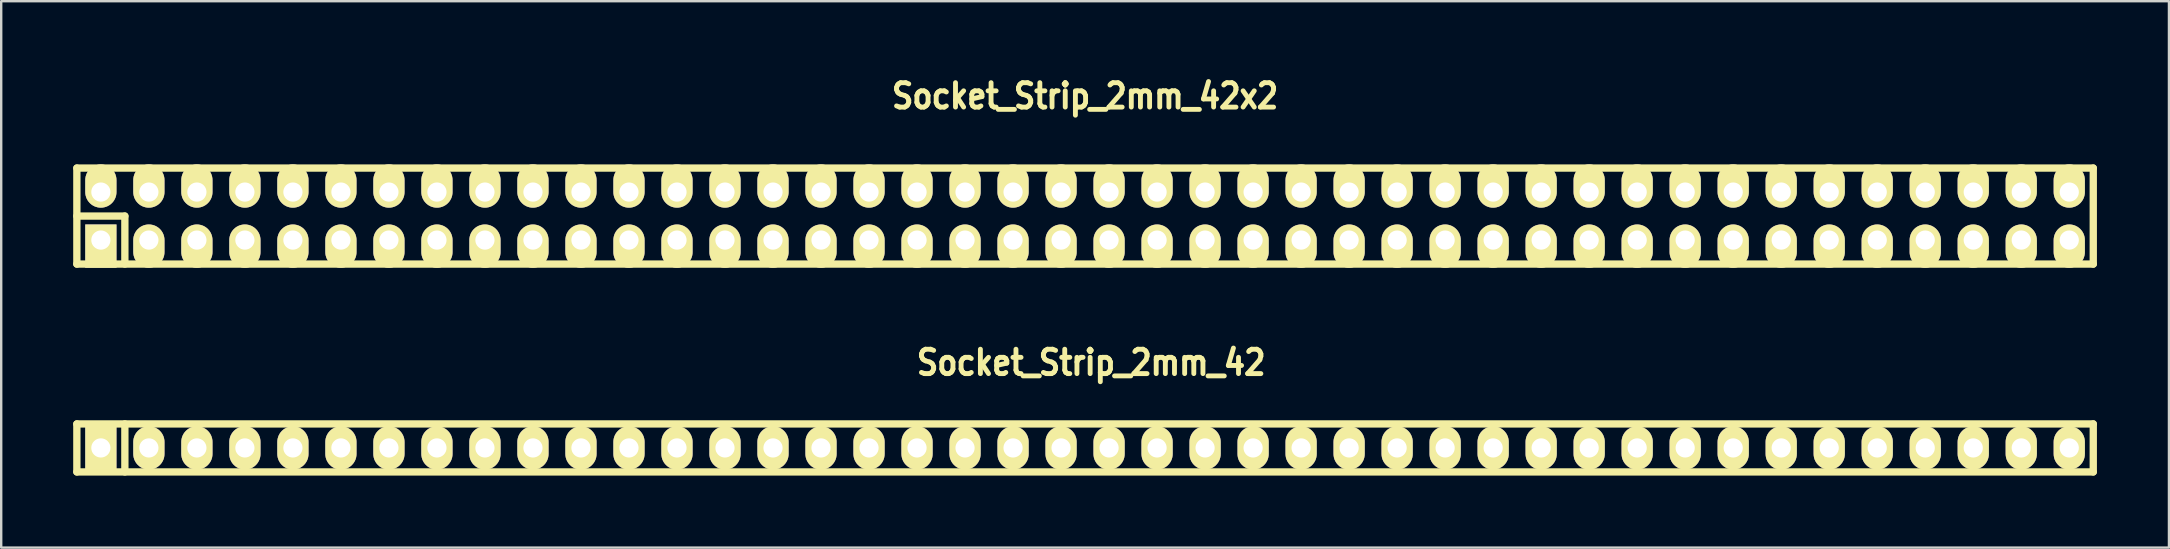
<source format=kicad_pcb>
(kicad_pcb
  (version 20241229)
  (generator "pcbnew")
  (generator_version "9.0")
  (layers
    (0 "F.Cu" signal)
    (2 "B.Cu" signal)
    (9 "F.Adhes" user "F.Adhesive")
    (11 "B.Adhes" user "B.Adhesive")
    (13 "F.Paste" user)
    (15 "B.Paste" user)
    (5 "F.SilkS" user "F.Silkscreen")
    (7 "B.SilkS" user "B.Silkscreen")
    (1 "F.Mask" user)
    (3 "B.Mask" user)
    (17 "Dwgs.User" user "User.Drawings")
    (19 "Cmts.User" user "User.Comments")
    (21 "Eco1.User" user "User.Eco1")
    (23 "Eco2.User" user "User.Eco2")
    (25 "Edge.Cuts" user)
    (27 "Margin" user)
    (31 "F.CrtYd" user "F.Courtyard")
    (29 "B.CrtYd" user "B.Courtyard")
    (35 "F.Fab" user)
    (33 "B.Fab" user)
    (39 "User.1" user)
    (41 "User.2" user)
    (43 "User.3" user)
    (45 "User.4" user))
  (footprint "Socket_Strip_2mm_42x2"
    (layer "F.Cu")
    (at 42.152 5.951)
    (property "Reference" "Socket_Strip_2mm_42x2" (at 0 -5 0) (layer "F.SilkS") (effects (font (size 1.016 0.889) (thickness 0.203))))
    (attr through_hole)
    (fp_line (start -42 -2) (end 42 -2) (stroke (width 0.305) (type solid)) (layer "F.SilkS"))
    (fp_line (start -42 0) (end -40 0) (stroke (width 0.305) (type solid)) (layer "F.SilkS"))
    (fp_line (start -42 2) (end -42 -2) (stroke (width 0.305) (type solid)) (layer "F.SilkS"))
    (fp_line (start -40 0) (end -40 2) (stroke (width 0.305) (type solid)) (layer "F.SilkS"))
    (fp_line (start 42 -2) (end 42 2) (stroke (width 0.305) (type solid)) (layer "F.SilkS"))
    (fp_line (start 42 2) (end -42 2) (stroke (width 0.305) (type solid)) (layer "F.SilkS"))
    (pad "1" thru_hole rect (at -41 1) (size 1.3 1.8) (drill 0.8 (offset 0 0.25)) (layers "*.Cu" "*.Mask" "F.SilkS"))
    (pad "2" thru_hole oval (at -41 -1) (size 1.3 1.8) (drill 0.8 (offset 0 -0.25)) (layers "*.Cu" "*.Mask" "F.SilkS"))
    (pad "3" thru_hole oval (at -39 1) (size 1.3 1.8) (drill 0.8 (offset 0 0.25)) (layers "*.Cu" "*.Mask" "F.SilkS"))
    (pad "4" thru_hole oval (at -39 -1) (size 1.3 1.8) (drill 0.8 (offset 0 -0.25)) (layers "*.Cu" "*.Mask" "F.SilkS"))
    (pad "5" thru_hole oval (at -37 1) (size 1.3 1.8) (drill 0.8 (offset 0 0.25)) (layers "*.Cu" "*.Mask" "F.SilkS"))
    (pad "6" thru_hole oval (at -37 -1) (size 1.3 1.8) (drill 0.8 (offset 0 -0.25)) (layers "*.Cu" "*.Mask" "F.SilkS"))
    (pad "7" thru_hole oval (at -35 1) (size 1.3 1.8) (drill 0.8 (offset 0 0.25)) (layers "*.Cu" "*.Mask" "F.SilkS"))
    (pad "8" thru_hole oval (at -35 -1) (size 1.3 1.8) (drill 0.8 (offset 0 -0.25)) (layers "*.Cu" "*.Mask" "F.SilkS"))
    (pad "9" thru_hole oval (at -33 1) (size 1.3 1.8) (drill 0.8 (offset 0 0.25)) (layers "*.Cu" "*.Mask" "F.SilkS"))
    (pad "10" thru_hole oval (at -33 -1) (size 1.3 1.8) (drill 0.8 (offset 0 -0.25)) (layers "*.Cu" "*.Mask" "F.SilkS"))
    (pad "11" thru_hole oval (at -31 1) (size 1.3 1.8) (drill 0.8 (offset 0 0.25)) (layers "*.Cu" "*.Mask" "F.SilkS"))
    (pad "12" thru_hole oval (at -31 -1) (size 1.3 1.8) (drill 0.8 (offset 0 -0.25)) (layers "*.Cu" "*.Mask" "F.SilkS"))
    (pad "13" thru_hole oval (at -29 1) (size 1.3 1.8) (drill 0.8 (offset 0 0.25)) (layers "*.Cu" "*.Mask" "F.SilkS"))
    (pad "14" thru_hole oval (at -29 -1) (size 1.3 1.8) (drill 0.8 (offset 0 -0.25)) (layers "*.Cu" "*.Mask" "F.SilkS"))
    (pad "15" thru_hole oval (at -27 1) (size 1.3 1.8) (drill 0.8 (offset 0 0.25)) (layers "*.Cu" "*.Mask" "F.SilkS"))
    (pad "16" thru_hole oval (at -27 -1) (size 1.3 1.8) (drill 0.8 (offset 0 -0.25)) (layers "*.Cu" "*.Mask" "F.SilkS"))
    (pad "17" thru_hole oval (at -25 1) (size 1.3 1.8) (drill 0.8 (offset 0 0.25)) (layers "*.Cu" "*.Mask" "F.SilkS"))
    (pad "18" thru_hole oval (at -25 -1) (size 1.3 1.8) (drill 0.8 (offset 0 -0.25)) (layers "*.Cu" "*.Mask" "F.SilkS"))
    (pad "19" thru_hole oval (at -23 1) (size 1.3 1.8) (drill 0.8 (offset 0 0.25)) (layers "*.Cu" "*.Mask" "F.SilkS"))
    (pad "20" thru_hole oval (at -23 -1) (size 1.3 1.8) (drill 0.8 (offset 0 -0.25)) (layers "*.Cu" "*.Mask" "F.SilkS"))
    (pad "21" thru_hole oval (at -21 1) (size 1.3 1.8) (drill 0.8 (offset 0 0.25)) (layers "*.Cu" "*.Mask" "F.SilkS"))
    (pad "22" thru_hole oval (at -21 -1) (size 1.3 1.8) (drill 0.8 (offset 0 -0.25)) (layers "*.Cu" "*.Mask" "F.SilkS"))
    (pad "23" thru_hole oval (at -19 1) (size 1.3 1.8) (drill 0.8 (offset 0 0.25)) (layers "*.Cu" "*.Mask" "F.SilkS"))
    (pad "24" thru_hole oval (at -19 -1) (size 1.3 1.8) (drill 0.8 (offset 0 -0.25)) (layers "*.Cu" "*.Mask" "F.SilkS"))
    (pad "25" thru_hole oval (at -17 1) (size 1.3 1.8) (drill 0.8 (offset 0 0.25)) (layers "*.Cu" "*.Mask" "F.SilkS"))
    (pad "26" thru_hole oval (at -17 -1) (size 1.3 1.8) (drill 0.8 (offset 0 -0.25)) (layers "*.Cu" "*.Mask" "F.SilkS"))
    (pad "27" thru_hole oval (at -15 1) (size 1.3 1.8) (drill 0.8 (offset 0 0.25)) (layers "*.Cu" "*.Mask" "F.SilkS"))
    (pad "28" thru_hole oval (at -15 -1) (size 1.3 1.8) (drill 0.8 (offset 0 -0.25)) (layers "*.Cu" "*.Mask" "F.SilkS"))
    (pad "29" thru_hole oval (at -13 1) (size 1.3 1.8) (drill 0.8 (offset 0 0.25)) (layers "*.Cu" "*.Mask" "F.SilkS"))
    (pad "30" thru_hole oval (at -13 -1) (size 1.3 1.8) (drill 0.8 (offset 0 -0.25)) (layers "*.Cu" "*.Mask" "F.SilkS"))
    (pad "31" thru_hole oval (at -11 1) (size 1.3 1.8) (drill 0.8 (offset 0 0.25)) (layers "*.Cu" "*.Mask" "F.SilkS"))
    (pad "32" thru_hole oval (at -11 -1) (size 1.3 1.8) (drill 0.8 (offset 0 -0.25)) (layers "*.Cu" "*.Mask" "F.SilkS"))
    (pad "33" thru_hole oval (at -9 1) (size 1.3 1.8) (drill 0.8 (offset 0 0.25)) (layers "*.Cu" "*.Mask" "F.SilkS"))
    (pad "34" thru_hole oval (at -9 -1) (size 1.3 1.8) (drill 0.8 (offset 0 -0.25)) (layers "*.Cu" "*.Mask" "F.SilkS"))
    (pad "35" thru_hole oval (at -7 1) (size 1.3 1.8) (drill 0.8 (offset 0 0.25)) (layers "*.Cu" "*.Mask" "F.SilkS"))
    (pad "36" thru_hole oval (at -7 -1) (size 1.3 1.8) (drill 0.8 (offset 0 -0.25)) (layers "*.Cu" "*.Mask" "F.SilkS"))
    (pad "37" thru_hole oval (at -5 1) (size 1.3 1.8) (drill 0.8 (offset 0 0.25)) (layers "*.Cu" "*.Mask" "F.SilkS"))
    (pad "38" thru_hole oval (at -5 -1) (size 1.3 1.8) (drill 0.8 (offset 0 -0.25)) (layers "*.Cu" "*.Mask" "F.SilkS"))
    (pad "39" thru_hole oval (at -3 1) (size 1.3 1.8) (drill 0.8 (offset 0 0.25)) (layers "*.Cu" "*.Mask" "F.SilkS"))
    (pad "40" thru_hole oval (at -3 -1) (size 1.3 1.8) (drill 0.8 (offset 0 -0.25)) (layers "*.Cu" "*.Mask" "F.SilkS"))
    (pad "41" thru_hole oval (at -1 1) (size 1.3 1.8) (drill 0.8 (offset 0 0.25)) (layers "*.Cu" "*.Mask" "F.SilkS"))
    (pad "42" thru_hole oval (at -1 -1) (size 1.3 1.8) (drill 0.8 (offset 0 -0.25)) (layers "*.Cu" "*.Mask" "F.SilkS"))
    (pad "43" thru_hole oval (at 1 1) (size 1.3 1.8) (drill 0.8 (offset 0 0.25)) (layers "*.Cu" "*.Mask" "F.SilkS"))
    (pad "44" thru_hole oval (at 1 -1) (size 1.3 1.8) (drill 0.8 (offset 0 -0.25)) (layers "*.Cu" "*.Mask" "F.SilkS"))
    (pad "45" thru_hole oval (at 3 1) (size 1.3 1.8) (drill 0.8 (offset 0 0.25)) (layers "*.Cu" "*.Mask" "F.SilkS"))
    (pad "46" thru_hole oval (at 3 -1) (size 1.3 1.8) (drill 0.8 (offset 0 -0.25)) (layers "*.Cu" "*.Mask" "F.SilkS"))
    (pad "47" thru_hole oval (at 5 1) (size 1.3 1.8) (drill 0.8 (offset 0 0.25)) (layers "*.Cu" "*.Mask" "F.SilkS"))
    (pad "48" thru_hole oval (at 5 -1) (size 1.3 1.8) (drill 0.8 (offset 0 -0.25)) (layers "*.Cu" "*.Mask" "F.SilkS"))
    (pad "49" thru_hole oval (at 7 1) (size 1.3 1.8) (drill 0.8 (offset 0 0.25)) (layers "*.Cu" "*.Mask" "F.SilkS"))
    (pad "50" thru_hole oval (at 7 -1) (size 1.3 1.8) (drill 0.8 (offset 0 -0.25)) (layers "*.Cu" "*.Mask" "F.SilkS"))
    (pad "51" thru_hole oval (at 9 1) (size 1.3 1.8) (drill 0.8 (offset 0 0.25)) (layers "*.Cu" "*.Mask" "F.SilkS"))
    (pad "52" thru_hole oval (at 9 -1) (size 1.3 1.8) (drill 0.8 (offset 0 -0.25)) (layers "*.Cu" "*.Mask" "F.SilkS"))
    (pad "53" thru_hole oval (at 11 1) (size 1.3 1.8) (drill 0.8 (offset 0 0.25)) (layers "*.Cu" "*.Mask" "F.SilkS"))
    (pad "54" thru_hole oval (at 11 -1) (size 1.3 1.8) (drill 0.8 (offset 0 -0.25)) (layers "*.Cu" "*.Mask" "F.SilkS"))
    (pad "55" thru_hole oval (at 13 1) (size 1.3 1.8) (drill 0.8 (offset 0 0.25)) (layers "*.Cu" "*.Mask" "F.SilkS"))
    (pad "56" thru_hole oval (at 13 -1) (size 1.3 1.8) (drill 0.8 (offset 0 -0.25)) (layers "*.Cu" "*.Mask" "F.SilkS"))
    (pad "57" thru_hole oval (at 15 1) (size 1.3 1.8) (drill 0.8 (offset 0 0.25)) (layers "*.Cu" "*.Mask" "F.SilkS"))
    (pad "58" thru_hole oval (at 15 -1) (size 1.3 1.8) (drill 0.8 (offset 0 -0.25)) (layers "*.Cu" "*.Mask" "F.SilkS"))
    (pad "59" thru_hole oval (at 17 1) (size 1.3 1.8) (drill 0.8 (offset 0 0.25)) (layers "*.Cu" "*.Mask" "F.SilkS"))
    (pad "60" thru_hole oval (at 17 -1) (size 1.3 1.8) (drill 0.8 (offset 0 -0.25)) (layers "*.Cu" "*.Mask" "F.SilkS"))
    (pad "61" thru_hole oval (at 19 1) (size 1.3 1.8) (drill 0.8 (offset 0 0.25)) (layers "*.Cu" "*.Mask" "F.SilkS"))
    (pad "62" thru_hole oval (at 19 -1) (size 1.3 1.8) (drill 0.8 (offset 0 -0.25)) (layers "*.Cu" "*.Mask" "F.SilkS"))
    (pad "63" thru_hole oval (at 21 1) (size 1.3 1.8) (drill 0.8 (offset 0 0.25)) (layers "*.Cu" "*.Mask" "F.SilkS"))
    (pad "64" thru_hole oval (at 21 -1) (size 1.3 1.8) (drill 0.8 (offset 0 -0.25)) (layers "*.Cu" "*.Mask" "F.SilkS"))
    (pad "65" thru_hole oval (at 23 1) (size 1.3 1.8) (drill 0.8 (offset 0 0.25)) (layers "*.Cu" "*.Mask" "F.SilkS"))
    (pad "66" thru_hole oval (at 23 -1) (size 1.3 1.8) (drill 0.8 (offset 0 -0.25)) (layers "*.Cu" "*.Mask" "F.SilkS"))
    (pad "67" thru_hole oval (at 25 1) (size 1.3 1.8) (drill 0.8 (offset 0 0.25)) (layers "*.Cu" "*.Mask" "F.SilkS"))
    (pad "68" thru_hole oval (at 25 -1) (size 1.3 1.8) (drill 0.8 (offset 0 -0.25)) (layers "*.Cu" "*.Mask" "F.SilkS"))
    (pad "69" thru_hole oval (at 27 1) (size 1.3 1.8) (drill 0.8 (offset 0 0.25)) (layers "*.Cu" "*.Mask" "F.SilkS"))
    (pad "70" thru_hole oval (at 27 -1) (size 1.3 1.8) (drill 0.8 (offset 0 -0.25)) (layers "*.Cu" "*.Mask" "F.SilkS"))
    (pad "71" thru_hole oval (at 29 1) (size 1.3 1.8) (drill 0.8 (offset 0 0.25)) (layers "*.Cu" "*.Mask" "F.SilkS"))
    (pad "72" thru_hole oval (at 29 -1) (size 1.3 1.8) (drill 0.8 (offset 0 -0.25)) (layers "*.Cu" "*.Mask" "F.SilkS"))
    (pad "73" thru_hole oval (at 31 1) (size 1.3 1.8) (drill 0.8 (offset 0 0.25)) (layers "*.Cu" "*.Mask" "F.SilkS"))
    (pad "74" thru_hole oval (at 31 -1) (size 1.3 1.8) (drill 0.8 (offset 0 -0.25)) (layers "*.Cu" "*.Mask" "F.SilkS"))
    (pad "75" thru_hole oval (at 33 1) (size 1.3 1.8) (drill 0.8 (offset 0 0.25)) (layers "*.Cu" "*.Mask" "F.SilkS"))
    (pad "76" thru_hole oval (at 33 -1) (size 1.3 1.8) (drill 0.8 (offset 0 -0.25)) (layers "*.Cu" "*.Mask" "F.SilkS"))
    (pad "77" thru_hole oval (at 35 1) (size 1.3 1.8) (drill 0.8 (offset 0 0.25)) (layers "*.Cu" "*.Mask" "F.SilkS"))
    (pad "78" thru_hole oval (at 35 -1) (size 1.3 1.8) (drill 0.8 (offset 0 -0.25)) (layers "*.Cu" "*.Mask" "F.SilkS"))
    (pad "79" thru_hole oval (at 37 1) (size 1.3 1.8) (drill 0.8 (offset 0 0.25)) (layers "*.Cu" "*.Mask" "F.SilkS"))
    (pad "80" thru_hole oval (at 37 -1) (size 1.3 1.8) (drill 0.8 (offset 0 -0.25)) (layers "*.Cu" "*.Mask" "F.SilkS"))
    (pad "81" thru_hole oval (at 39 1) (size 1.3 1.8) (drill 0.8 (offset 0 0.25)) (layers "*.Cu" "*.Mask" "F.SilkS"))
    (pad "82" thru_hole oval (at 39 -1) (size 1.3 1.8) (drill 0.8 (offset 0 -0.25)) (layers "*.Cu" "*.Mask" "F.SilkS"))
    (pad "83" thru_hole oval (at 41 1) (size 1.3 1.8) (drill 0.8 (offset 0 0.25)) (layers "*.Cu" "*.Mask" "F.SilkS"))
    (pad "84" thru_hole oval (at 41 -1) (size 1.3 1.8) (drill 0.8 (offset 0 -0.25)) (layers "*.Cu" "*.Mask" "F.SilkS")))
  (footprint "Socket_Strip_2mm_42"
    (layer "F.Cu")
    (at 42.152 15.61)
    (property "Reference" "Socket_Strip_2mm_42" (at 0.254 -3.556 0) (layer "F.SilkS") (effects (font (size 1.016 0.889) (thickness 0.203))))
    (attr through_hole)
    (fp_line (start -42 -1) (end 42 -1) (stroke (width 0.305) (type solid)) (layer "F.SilkS"))
    (fp_line (start -42 1) (end -42 -1) (stroke (width 0.305) (type solid)) (layer "F.SilkS"))
    (fp_line (start -40 -1) (end -40 1) (stroke (width 0.305) (type solid)) (layer "F.SilkS"))
    (fp_line (start 42 -1) (end 42 1) (stroke (width 0.305) (type solid)) (layer "F.SilkS"))
    (fp_line (start 42 1) (end -42 1) (stroke (width 0.305) (type solid)) (layer "F.SilkS"))
    (pad "1" thru_hole rect (at -41 0) (size 1.3 1.8) (drill 0.8) (layers "*.Cu" "*.Mask" "F.SilkS"))
    (pad "2" thru_hole oval (at -39 0) (size 1.3 1.8) (drill 0.8) (layers "*.Cu" "*.Mask" "F.SilkS"))
    (pad "3" thru_hole oval (at -37 0) (size 1.3 1.8) (drill 0.8) (layers "*.Cu" "*.Mask" "F.SilkS"))
    (pad "4" thru_hole oval (at -35 0) (size 1.3 1.8) (drill 0.8) (layers "*.Cu" "*.Mask" "F.SilkS"))
    (pad "5" thru_hole oval (at -33 0) (size 1.3 1.8) (drill 0.8) (layers "*.Cu" "*.Mask" "F.SilkS"))
    (pad "6" thru_hole oval (at -31 0) (size 1.3 1.8) (drill 0.8) (layers "*.Cu" "*.Mask" "F.SilkS"))
    (pad "7" thru_hole oval (at -29 0) (size 1.3 1.8) (drill 0.8) (layers "*.Cu" "*.Mask" "F.SilkS"))
    (pad "8" thru_hole oval (at -27 0) (size 1.3 1.8) (drill 0.8) (layers "*.Cu" "*.Mask" "F.SilkS"))
    (pad "9" thru_hole oval (at -25 0) (size 1.3 1.8) (drill 0.8) (layers "*.Cu" "*.Mask" "F.SilkS"))
    (pad "10" thru_hole oval (at -23 0) (size 1.3 1.8) (drill 0.8) (layers "*.Cu" "*.Mask" "F.SilkS"))
    (pad "11" thru_hole oval (at -21 0) (size 1.3 1.8) (drill 0.8) (layers "*.Cu" "*.Mask" "F.SilkS"))
    (pad "12" thru_hole oval (at -19 0) (size 1.3 1.8) (drill 0.8) (layers "*.Cu" "*.Mask" "F.SilkS"))
    (pad "13" thru_hole oval (at -17 0) (size 1.3 1.8) (drill 0.8) (layers "*.Cu" "*.Mask" "F.SilkS"))
    (pad "14" thru_hole oval (at -15 0) (size 1.3 1.8) (drill 0.8) (layers "*.Cu" "*.Mask" "F.SilkS"))
    (pad "15" thru_hole oval (at -13 0) (size 1.3 1.8) (drill 0.8) (layers "*.Cu" "*.Mask" "F.SilkS"))
    (pad "16" thru_hole oval (at -11 0) (size 1.3 1.8) (drill 0.8) (layers "*.Cu" "*.Mask" "F.SilkS"))
    (pad "17" thru_hole oval (at -9 0) (size 1.3 1.8) (drill 0.8) (layers "*.Cu" "*.Mask" "F.SilkS"))
    (pad "18" thru_hole oval (at -7 0) (size 1.3 1.8) (drill 0.8) (layers "*.Cu" "*.Mask" "F.SilkS"))
    (pad "19" thru_hole oval (at -5 0) (size 1.3 1.8) (drill 0.8) (layers "*.Cu" "*.Mask" "F.SilkS"))
    (pad "20" thru_hole oval (at -3 0) (size 1.3 1.8) (drill 0.8) (layers "*.Cu" "*.Mask" "F.SilkS"))
    (pad "21" thru_hole oval (at -1 0) (size 1.3 1.8) (drill 0.8) (layers "*.Cu" "*.Mask" "F.SilkS"))
    (pad "22" thru_hole oval (at 1 0) (size 1.3 1.8) (drill 0.8) (layers "*.Cu" "*.Mask" "F.SilkS"))
    (pad "23" thru_hole oval (at 3 0) (size 1.3 1.8) (drill 0.8) (layers "*.Cu" "*.Mask" "F.SilkS"))
    (pad "24" thru_hole oval (at 5 0) (size 1.3 1.8) (drill 0.8) (layers "*.Cu" "*.Mask" "F.SilkS"))
    (pad "25" thru_hole oval (at 7 0) (size 1.3 1.8) (drill 0.8) (layers "*.Cu" "*.Mask" "F.SilkS"))
    (pad "26" thru_hole oval (at 9 0) (size 1.3 1.8) (drill 0.8) (layers "*.Cu" "*.Mask" "F.SilkS"))
    (pad "27" thru_hole oval (at 11 0) (size 1.3 1.8) (drill 0.8) (layers "*.Cu" "*.Mask" "F.SilkS"))
    (pad "28" thru_hole oval (at 13 0) (size 1.3 1.8) (drill 0.8) (layers "*.Cu" "*.Mask" "F.SilkS"))
    (pad "29" thru_hole oval (at 15 0) (size 1.3 1.8) (drill 0.8) (layers "*.Cu" "*.Mask" "F.SilkS"))
    (pad "30" thru_hole oval (at 17 0) (size 1.3 1.8) (drill 0.8) (layers "*.Cu" "*.Mask" "F.SilkS"))
    (pad "31" thru_hole oval (at 19 0) (size 1.3 1.8) (drill 0.8) (layers "*.Cu" "*.Mask" "F.SilkS"))
    (pad "32" thru_hole oval (at 21 0) (size 1.3 1.8) (drill 0.8) (layers "*.Cu" "*.Mask" "F.SilkS"))
    (pad "33" thru_hole oval (at 23 0) (size 1.3 1.8) (drill 0.8) (layers "*.Cu" "*.Mask" "F.SilkS"))
    (pad "34" thru_hole oval (at 25 0) (size 1.3 1.8) (drill 0.8) (layers "*.Cu" "*.Mask" "F.SilkS"))
    (pad "35" thru_hole oval (at 27 0) (size 1.3 1.8) (drill 0.8) (layers "*.Cu" "*.Mask" "F.SilkS"))
    (pad "36" thru_hole oval (at 29 0) (size 1.3 1.8) (drill 0.8) (layers "*.Cu" "*.Mask" "F.SilkS"))
    (pad "37" thru_hole oval (at 31 0) (size 1.3 1.8) (drill 0.8) (layers "*.Cu" "*.Mask" "F.SilkS"))
    (pad "38" thru_hole oval (at 33 0) (size 1.3 1.8) (drill 0.8) (layers "*.Cu" "*.Mask" "F.SilkS"))
    (pad "39" thru_hole oval (at 35 0) (size 1.3 1.8) (drill 0.8) (layers "*.Cu" "*.Mask" "F.SilkS"))
    (pad "40" thru_hole oval (at 37 0) (size 1.3 1.8) (drill 0.8) (layers "*.Cu" "*.Mask" "F.SilkS"))
    (pad "41" thru_hole oval (at 39 0) (size 1.3 1.8) (drill 0.8) (layers "*.Cu" "*.Mask" "F.SilkS"))
    (pad "42" thru_hole oval (at 41 0) (size 1.3 1.8) (drill 0.8) (layers "*.Cu" "*.Mask" "F.SilkS")))
  (gr_rect
    (start -3 -3)
    (end 87.305 19.763)
    (stroke (width 0.1) (type default))
    (fill no)
    (layer "Edge.Cuts")))
</source>
